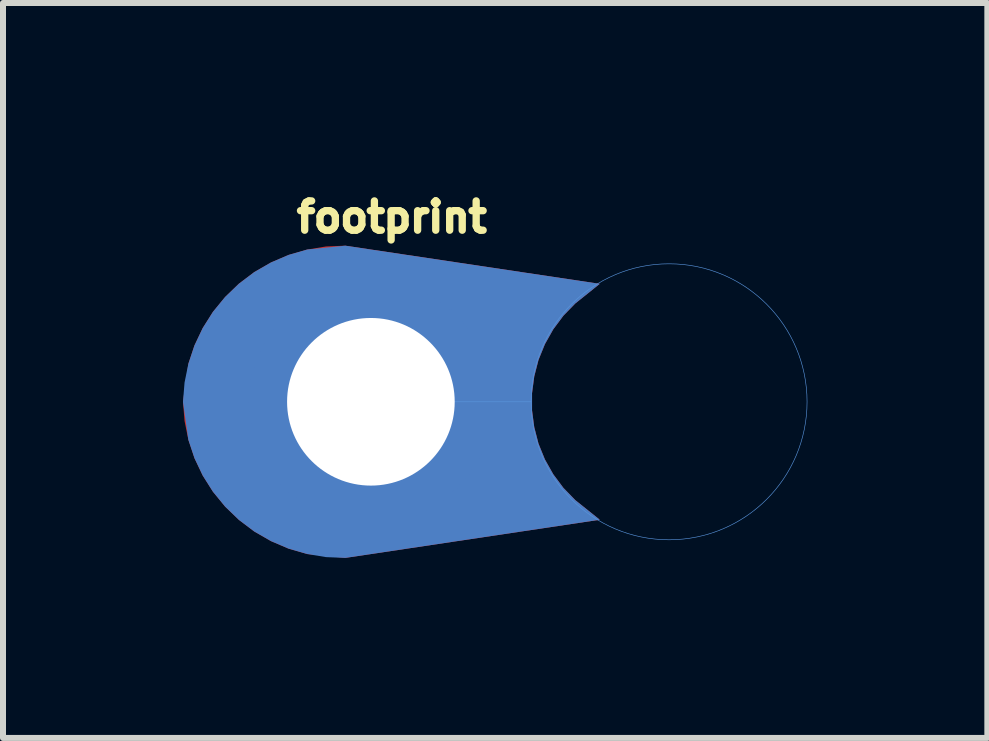
<source format=kicad_pcb>
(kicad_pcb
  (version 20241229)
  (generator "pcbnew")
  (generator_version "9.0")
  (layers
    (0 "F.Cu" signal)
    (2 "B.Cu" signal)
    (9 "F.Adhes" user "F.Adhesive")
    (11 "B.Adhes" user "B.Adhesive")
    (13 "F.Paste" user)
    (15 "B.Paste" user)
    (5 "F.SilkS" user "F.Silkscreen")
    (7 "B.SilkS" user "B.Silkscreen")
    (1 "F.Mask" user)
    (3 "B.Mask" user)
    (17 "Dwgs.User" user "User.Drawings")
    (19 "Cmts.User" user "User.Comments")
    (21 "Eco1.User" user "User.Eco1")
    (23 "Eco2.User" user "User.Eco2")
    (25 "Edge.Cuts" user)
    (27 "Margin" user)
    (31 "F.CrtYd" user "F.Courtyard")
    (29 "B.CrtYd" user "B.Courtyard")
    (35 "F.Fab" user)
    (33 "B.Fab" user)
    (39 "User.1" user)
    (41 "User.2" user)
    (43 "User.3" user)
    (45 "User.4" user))
  (footprint "footprint"
    (layer "F.Cu")
    (at 3.102 3.647)
    (property "Reference" "footprint" (at -1.27 -2.794 0) (layer "F.SilkS") (effects (font (size 0.488 0.488) (thickness 0.122)) (justify left bottom)))
    (fp_poly (pts (xy 3.845 -1.966) (xy 3.437 -1.639) (xy 3.239 -1.435) (xy 3.07 -1.208) (xy 2.931 -0.961) (xy 2.824 -0.698) (xy 2.753 -0.423) (xy 2.716 -0.142) (xy 2.716 0.142) (xy 2.753 0.423) (xy 2.824 0.698) (xy 2.931 0.961) (xy 3.07 1.208) (xy 3.239 1.435) (xy 3.437 1.639) (xy 3.845 1.966) (xy -0.398 2.602) (xy -1.031 2.538) (xy -1.342 2.448) (xy -1.636 2.322) (xy -1.914 2.162) (xy -2.169 1.969) (xy -2.4 1.747) (xy -2.603 1.499) (xy -2.774 1.228) (xy -2.911 0.939) (xy -3.012 0.635) (xy -3.076 0.321) (xy -3.102 -0.003) (xy -3.013 -0.632) (xy -2.911 -0.939) (xy -2.774 -1.228) (xy -2.603 -1.499) (xy -2.4 -1.747) (xy -2.17 -1.969) (xy -1.914 -2.162) (xy -1.636 -2.322) (xy -1.342 -2.448) (xy -1.034 -2.537) (xy -0.718 -2.589) (xy -0.394 -2.602)) (stroke (width 0) (type solid)) (fill yes) (layer "F.Cu"))
    (fp_poly (pts (xy 3.845 -1.966) (xy 3.437 -1.639) (xy 3.239 -1.435) (xy 3.07 -1.208) (xy 2.931 -0.961) (xy 2.824 -0.698) (xy 2.753 -0.423) (xy 2.716 -0.142) (xy 2.716 0.142) (xy 2.753 0.423) (xy 2.824 0.698) (xy 2.931 0.961) (xy 3.07 1.208) (xy 3.239 1.435) (xy 3.437 1.639) (xy 3.845 1.966) (xy -0.398 2.602) (xy -1.031 2.538) (xy -1.342 2.448) (xy -1.636 2.322) (xy -1.914 2.162) (xy -2.169 1.969) (xy -2.4 1.747) (xy -2.603 1.499) (xy -2.774 1.228) (xy -2.911 0.939) (xy -3.012 0.635) (xy -3.076 0.321) (xy -3.102 -0.003) (xy -3.013 -0.632) (xy -2.911 -0.939) (xy -2.774 -1.228) (xy -2.603 -1.499) (xy -2.4 -1.747) (xy -2.17 -1.969) (xy -1.914 -2.162) (xy -1.636 -2.322) (xy -1.342 -2.448) (xy -1.034 -2.537) (xy -0.718 -2.589) (xy -0.394 -2.602)) (stroke (width 0) (type solid)) (fill yes) (layer "F.Mask"))
    (fp_poly (pts (xy 3.845 -1.966) (xy 3.437 -1.639) (xy 3.239 -1.435) (xy 3.07 -1.208) (xy 2.931 -0.961) (xy 2.824 -0.698) (xy 2.753 -0.423) (xy 2.716 -0.142) (xy 2.716 0.142) (xy 2.753 0.423) (xy 2.824 0.698) (xy 2.931 0.961) (xy 3.07 1.208) (xy 3.239 1.435) (xy 3.437 1.639) (xy 3.845 1.966) (xy -0.394 2.602) (xy -0.718 2.589) (xy -1.034 2.537) (xy -1.342 2.448) (xy -1.636 2.322) (xy -1.914 2.162) (xy -2.17 1.969) (xy -2.4 1.747) (xy -2.603 1.499) (xy -2.774 1.228) (xy -2.911 0.939) (xy -3.013 0.632) (xy -3.102 0.003) (xy -3.076 -0.321) (xy -3.012 -0.635) (xy -2.911 -0.939) (xy -2.774 -1.228) (xy -2.603 -1.499) (xy -2.4 -1.747) (xy -2.169 -1.969) (xy -1.914 -2.162) (xy -1.636 -2.322) (xy -1.342 -2.448) (xy -1.031 -2.538) (xy -0.398 -2.602)) (stroke (width 0) (type solid)) (fill yes) (layer "B.Cu"))
    (fp_poly (pts (xy 3.845 -1.966) (xy 3.437 -1.639) (xy 3.239 -1.435) (xy 3.07 -1.208) (xy 2.931 -0.961) (xy 2.824 -0.698) (xy 2.753 -0.423) (xy 2.716 -0.142) (xy 2.716 0.142) (xy 2.753 0.423) (xy 2.824 0.698) (xy 2.931 0.961) (xy 3.07 1.208) (xy 3.239 1.435) (xy 3.437 1.639) (xy 3.845 1.966) (xy -0.394 2.602) (xy -0.718 2.589) (xy -1.034 2.537) (xy -1.342 2.448) (xy -1.636 2.322) (xy -1.914 2.162) (xy -2.17 1.969) (xy -2.4 1.747) (xy -2.603 1.499) (xy -2.774 1.228) (xy -2.911 0.939) (xy -3.013 0.632) (xy -3.102 0.003) (xy -3.076 -0.321) (xy -3.012 -0.635) (xy -2.911 -0.939) (xy -2.774 -1.228) (xy -2.603 -1.499) (xy -2.4 -1.747) (xy -2.169 -1.969) (xy -1.914 -2.162) (xy -1.636 -2.322) (xy -1.342 -2.448) (xy -1.031 -2.538) (xy -0.398 -2.602)) (stroke (width 0) (type solid)) (fill yes) (layer "B.Mask"))
    (fp_line (start 0 0) (end 2.7 0) (stroke (width 0.01) (type solid)) (layer "Cmts.User"))
    (fp_circle (center 5 0) (end 7.3 0) (stroke (width 0.01) (type solid)) (fill no) (layer "Cmts.User"))
    (pad "1" thru_hole circle (at 0.03 0) (size 4.064 4.064) (drill 2.794) (layers "*.Cu" "*.Mask")))
  (gr_rect
    (start -3 -3)
    (end 13.407 9.25)
    (stroke (width 0.1) (type default))
    (fill no)
    (layer "Edge.Cuts")))
</source>
